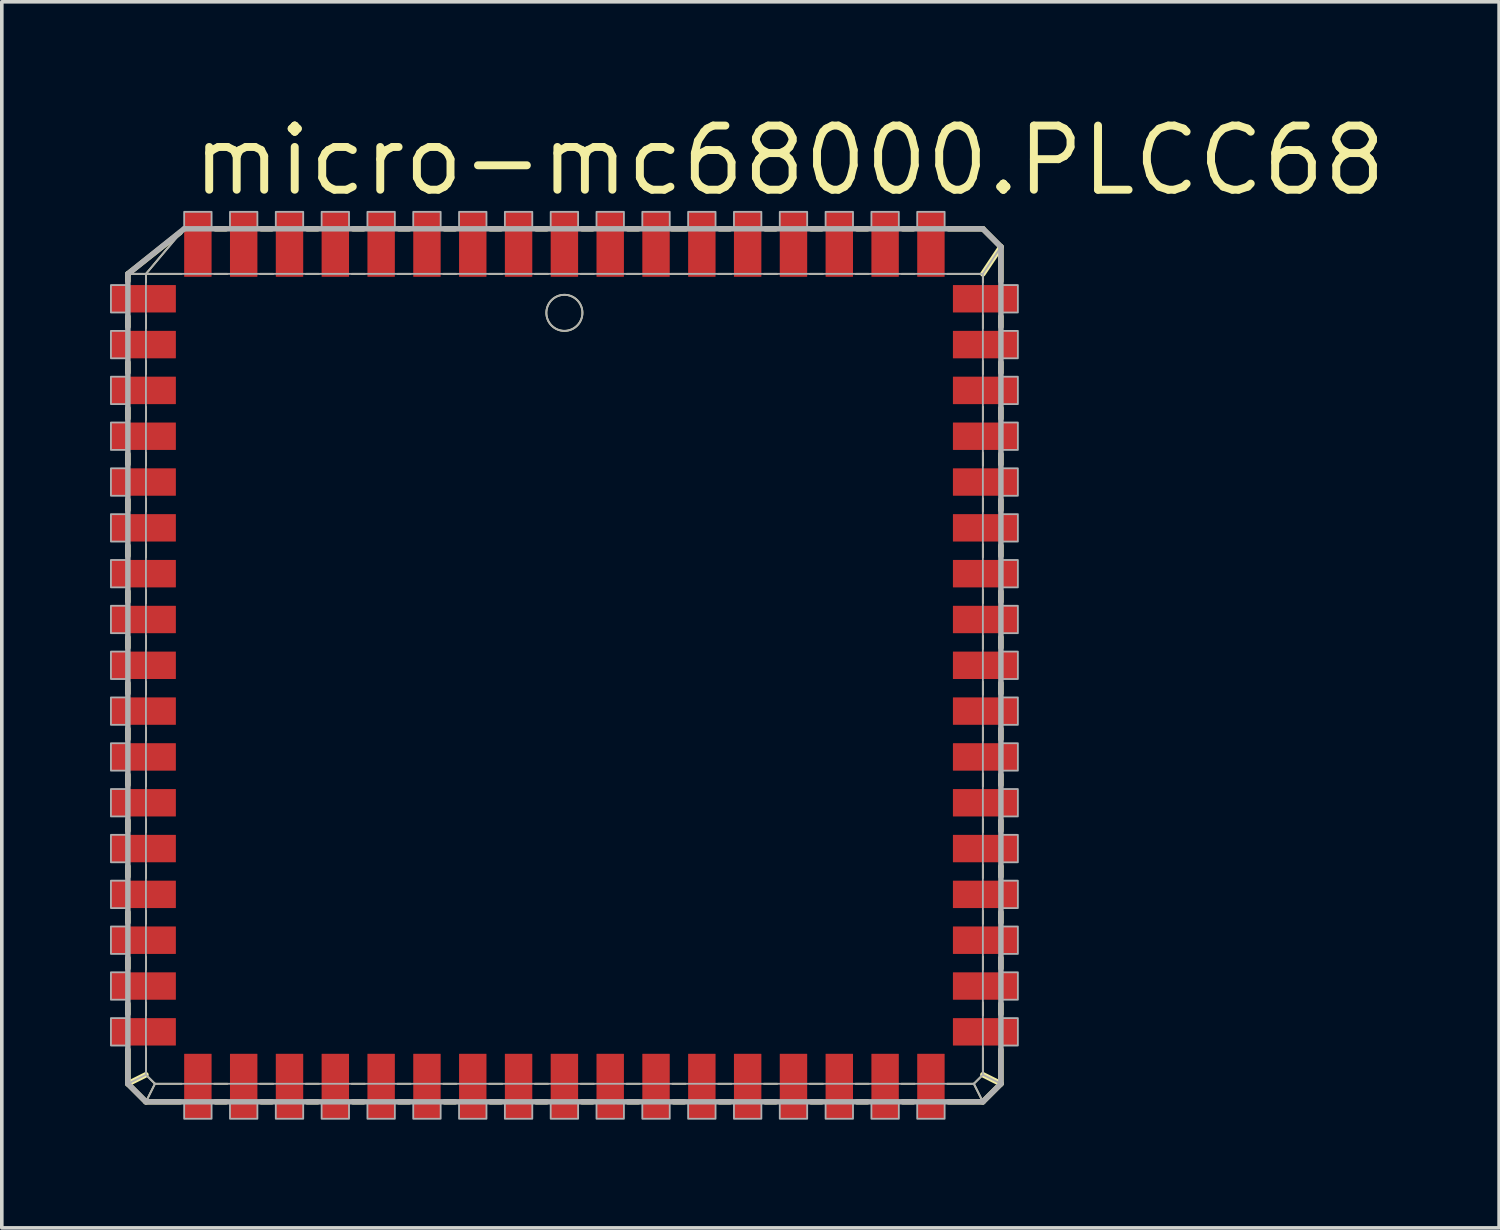
<source format=kicad_pcb>
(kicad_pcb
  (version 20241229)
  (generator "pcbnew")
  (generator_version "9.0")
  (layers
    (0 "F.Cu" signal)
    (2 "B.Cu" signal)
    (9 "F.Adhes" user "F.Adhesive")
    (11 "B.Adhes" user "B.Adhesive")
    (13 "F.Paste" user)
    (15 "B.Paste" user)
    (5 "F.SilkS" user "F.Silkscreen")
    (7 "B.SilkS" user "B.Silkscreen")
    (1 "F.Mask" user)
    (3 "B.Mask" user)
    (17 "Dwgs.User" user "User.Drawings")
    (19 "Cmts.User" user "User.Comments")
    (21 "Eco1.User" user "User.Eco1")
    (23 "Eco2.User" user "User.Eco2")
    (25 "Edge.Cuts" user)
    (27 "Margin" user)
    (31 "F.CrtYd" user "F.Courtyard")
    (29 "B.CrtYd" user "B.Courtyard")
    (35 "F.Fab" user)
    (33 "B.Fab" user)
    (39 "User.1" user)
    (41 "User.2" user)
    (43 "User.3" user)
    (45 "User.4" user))
  (footprint "micro-mc68000.PLCC68"
    (layer "F.Cu")
    (at 12.595 15.392)
    (property "Reference" "micro-mc68000.PLCC68" (at -10.414 -12.954 0) (layer "F.SilkS") (effects (font (size 1.778 1.778) (thickness 0.22)) (justify left bottom)))
    (attr smd)
    (fp_line (start -12.1 -10.85) (end -11.6 -10.85) (stroke (width 0.051) (type default)) (layer "F.SilkS"))
    (fp_line (start -12.1 -10.85) (end -10.651 -11.999) (stroke (width 0.152) (type default)) (layer "F.SilkS"))
    (fp_line (start -12.1 -10.651) (end -12.1 -10.85) (stroke (width 0.152) (type default)) (layer "F.SilkS"))
    (fp_line (start -12.1 -9.381) (end -12.1 -9.669) (stroke (width 0.152) (type default)) (layer "F.SilkS"))
    (fp_line (start -12.1 -8.111) (end -12.1 -8.399) (stroke (width 0.152) (type default)) (layer "F.SilkS"))
    (fp_line (start -12.1 -6.841) (end -12.1 -7.129) (stroke (width 0.152) (type default)) (layer "F.SilkS"))
    (fp_line (start -12.1 -5.571) (end -12.1 -5.859) (stroke (width 0.152) (type default)) (layer "F.SilkS"))
    (fp_line (start -12.1 -4.301) (end -12.1 -4.589) (stroke (width 0.152) (type default)) (layer "F.SilkS"))
    (fp_line (start -12.1 -3.031) (end -12.1 -3.319) (stroke (width 0.152) (type default)) (layer "F.SilkS"))
    (fp_line (start -12.1 -1.761) (end -12.1 -2.049) (stroke (width 0.152) (type default)) (layer "F.SilkS"))
    (fp_line (start -12.1 -0.491) (end -12.1 -0.779) (stroke (width 0.152) (type default)) (layer "F.SilkS"))
    (fp_line (start -12.1 0.779) (end -12.1 0.491) (stroke (width 0.152) (type default)) (layer "F.SilkS"))
    (fp_line (start -12.1 2.049) (end -12.1 1.761) (stroke (width 0.152) (type default)) (layer "F.SilkS"))
    (fp_line (start -12.1 3.319) (end -12.1 3.031) (stroke (width 0.152) (type default)) (layer "F.SilkS"))
    (fp_line (start -12.1 4.589) (end -12.1 4.301) (stroke (width 0.152) (type default)) (layer "F.SilkS"))
    (fp_line (start -12.1 5.859) (end -12.1 5.571) (stroke (width 0.152) (type default)) (layer "F.SilkS"))
    (fp_line (start -12.1 7.129) (end -12.1 6.841) (stroke (width 0.152) (type default)) (layer "F.SilkS"))
    (fp_line (start -12.1 8.399) (end -12.1 8.111) (stroke (width 0.152) (type default)) (layer "F.SilkS"))
    (fp_line (start -12.1 9.669) (end -12.1 9.381) (stroke (width 0.152) (type default)) (layer "F.SilkS"))
    (fp_line (start -12.1 11.6) (end -12.1 10.651) (stroke (width 0.152) (type default)) (layer "F.SilkS"))
    (fp_line (start -12.1 11.6) (end -11.6 11.35) (stroke (width 0.152) (type default)) (layer "F.SilkS"))
    (fp_line (start -11.6 -10.85) (end -10.611 -12.029) (stroke (width 0.051) (type default)) (layer "F.SilkS"))
    (fp_line (start -11.6 -10.85) (end -10.611 -10.85) (stroke (width 0.051) (type default)) (layer "F.SilkS"))
    (fp_line (start -11.6 -10.611) (end -11.6 -10.85) (stroke (width 0.051) (type default)) (layer "F.SilkS"))
    (fp_line (start -11.6 -9.341) (end -11.6 -9.709) (stroke (width 0.051) (type default)) (layer "F.SilkS"))
    (fp_line (start -11.6 -8.071) (end -11.6 -8.439) (stroke (width 0.051) (type default)) (layer "F.SilkS"))
    (fp_line (start -11.6 -6.801) (end -11.6 -7.169) (stroke (width 0.051) (type default)) (layer "F.SilkS"))
    (fp_line (start -11.6 -5.531) (end -11.6 -5.899) (stroke (width 0.051) (type default)) (layer "F.SilkS"))
    (fp_line (start -11.6 -4.261) (end -11.6 -4.629) (stroke (width 0.051) (type default)) (layer "F.SilkS"))
    (fp_line (start -11.6 -2.991) (end -11.6 -3.359) (stroke (width 0.051) (type default)) (layer "F.SilkS"))
    (fp_line (start -11.6 -1.721) (end -11.6 -2.089) (stroke (width 0.051) (type default)) (layer "F.SilkS"))
    (fp_line (start -11.6 -0.451) (end -11.6 -0.819) (stroke (width 0.051) (type default)) (layer "F.SilkS"))
    (fp_line (start -11.6 0.819) (end -11.6 0.451) (stroke (width 0.051) (type default)) (layer "F.SilkS"))
    (fp_line (start -11.6 2.089) (end -11.6 1.721) (stroke (width 0.051) (type default)) (layer "F.SilkS"))
    (fp_line (start -11.6 3.359) (end -11.6 2.991) (stroke (width 0.051) (type default)) (layer "F.SilkS"))
    (fp_line (start -11.6 4.629) (end -11.6 4.261) (stroke (width 0.051) (type default)) (layer "F.SilkS"))
    (fp_line (start -11.6 5.899) (end -11.6 5.531) (stroke (width 0.051) (type default)) (layer "F.SilkS"))
    (fp_line (start -11.6 7.169) (end -11.6 6.801) (stroke (width 0.051) (type default)) (layer "F.SilkS"))
    (fp_line (start -11.6 8.439) (end -11.6 8.071) (stroke (width 0.051) (type default)) (layer "F.SilkS"))
    (fp_line (start -11.6 9.709) (end -11.6 9.341) (stroke (width 0.051) (type default)) (layer "F.SilkS"))
    (fp_line (start -11.6 11.35) (end -11.6 10.611) (stroke (width 0.051) (type default)) (layer "F.SilkS"))
    (fp_line (start -11.6 12.1) (end -12.1 11.6) (stroke (width 0.152) (type default)) (layer "F.SilkS"))
    (fp_line (start -11.6 12.1) (end -11.35 11.6) (stroke (width 0.051) (type default)) (layer "F.SilkS"))
    (fp_line (start -11.35 11.6) (end -11.6 11.35) (stroke (width 0.051) (type default)) (layer "F.SilkS"))
    (fp_line (start -10.651 12.1) (end -11.6 12.1) (stroke (width 0.152) (type default)) (layer "F.SilkS"))
    (fp_line (start -10.611 11.6) (end -11.35 11.6) (stroke (width 0.051) (type default)) (layer "F.SilkS"))
    (fp_line (start -9.709 -10.85) (end -9.341 -10.85) (stroke (width 0.051) (type default)) (layer "F.SilkS"))
    (fp_line (start -9.669 -12.1) (end -9.381 -12.1) (stroke (width 0.152) (type default)) (layer "F.SilkS"))
    (fp_line (start -9.381 12.1) (end -9.669 12.1) (stroke (width 0.152) (type default)) (layer "F.SilkS"))
    (fp_line (start -9.341 11.6) (end -9.709 11.6) (stroke (width 0.051) (type default)) (layer "F.SilkS"))
    (fp_line (start -8.439 -10.85) (end -8.071 -10.85) (stroke (width 0.051) (type default)) (layer "F.SilkS"))
    (fp_line (start -8.399 -12.1) (end -8.111 -12.1) (stroke (width 0.152) (type default)) (layer "F.SilkS"))
    (fp_line (start -8.111 12.1) (end -8.399 12.1) (stroke (width 0.152) (type default)) (layer "F.SilkS"))
    (fp_line (start -8.071 11.6) (end -8.439 11.6) (stroke (width 0.051) (type default)) (layer "F.SilkS"))
    (fp_line (start -7.169 -10.85) (end -6.801 -10.85) (stroke (width 0.051) (type default)) (layer "F.SilkS"))
    (fp_line (start -7.129 -12.1) (end -6.841 -12.1) (stroke (width 0.152) (type default)) (layer "F.SilkS"))
    (fp_line (start -6.841 12.1) (end -7.129 12.1) (stroke (width 0.152) (type default)) (layer "F.SilkS"))
    (fp_line (start -6.801 11.6) (end -7.169 11.6) (stroke (width 0.051) (type default)) (layer "F.SilkS"))
    (fp_line (start -5.899 -10.85) (end -5.531 -10.85) (stroke (width 0.051) (type default)) (layer "F.SilkS"))
    (fp_line (start -5.859 -12.1) (end -5.571 -12.1) (stroke (width 0.152) (type default)) (layer "F.SilkS"))
    (fp_line (start -5.571 12.1) (end -5.859 12.1) (stroke (width 0.152) (type default)) (layer "F.SilkS"))
    (fp_line (start -5.531 11.6) (end -5.899 11.6) (stroke (width 0.051) (type default)) (layer "F.SilkS"))
    (fp_line (start -4.629 -10.85) (end -4.261 -10.85) (stroke (width 0.051) (type default)) (layer "F.SilkS"))
    (fp_line (start -4.589 -12.1) (end -4.301 -12.1) (stroke (width 0.152) (type default)) (layer "F.SilkS"))
    (fp_line (start -4.301 12.1) (end -4.589 12.1) (stroke (width 0.152) (type default)) (layer "F.SilkS"))
    (fp_line (start -4.261 11.6) (end -4.629 11.6) (stroke (width 0.051) (type default)) (layer "F.SilkS"))
    (fp_line (start -3.359 -10.85) (end -2.991 -10.85) (stroke (width 0.051) (type default)) (layer "F.SilkS"))
    (fp_line (start -3.319 -12.1) (end -3.031 -12.1) (stroke (width 0.152) (type default)) (layer "F.SilkS"))
    (fp_line (start -3.031 12.1) (end -3.319 12.1) (stroke (width 0.152) (type default)) (layer "F.SilkS"))
    (fp_line (start -2.991 11.6) (end -3.359 11.6) (stroke (width 0.051) (type default)) (layer "F.SilkS"))
    (fp_line (start -2.089 -10.85) (end -1.721 -10.85) (stroke (width 0.051) (type default)) (layer "F.SilkS"))
    (fp_line (start -2.049 -12.1) (end -1.761 -12.1) (stroke (width 0.152) (type default)) (layer "F.SilkS"))
    (fp_line (start -1.761 12.1) (end -2.049 12.1) (stroke (width 0.152) (type default)) (layer "F.SilkS"))
    (fp_line (start -1.721 11.6) (end -2.089 11.6) (stroke (width 0.051) (type default)) (layer "F.SilkS"))
    (fp_line (start -0.819 -10.85) (end -0.451 -10.85) (stroke (width 0.051) (type default)) (layer "F.SilkS"))
    (fp_line (start -0.779 -12.1) (end -0.491 -12.1) (stroke (width 0.152) (type default)) (layer "F.SilkS"))
    (fp_line (start -0.491 12.1) (end -0.779 12.1) (stroke (width 0.152) (type default)) (layer "F.SilkS"))
    (fp_line (start -0.451 11.6) (end -0.819 11.6) (stroke (width 0.051) (type default)) (layer "F.SilkS"))
    (fp_line (start 0.451 -10.85) (end 0.819 -10.85) (stroke (width 0.051) (type default)) (layer "F.SilkS"))
    (fp_line (start 0.491 -12.1) (end 0.779 -12.1) (stroke (width 0.152) (type default)) (layer "F.SilkS"))
    (fp_line (start 0.779 12.1) (end 0.491 12.1) (stroke (width 0.152) (type default)) (layer "F.SilkS"))
    (fp_line (start 0.819 11.6) (end 0.451 11.6) (stroke (width 0.051) (type default)) (layer "F.SilkS"))
    (fp_line (start 1.721 -10.85) (end 2.089 -10.85) (stroke (width 0.051) (type default)) (layer "F.SilkS"))
    (fp_line (start 1.761 -12.1) (end 2.049 -12.1) (stroke (width 0.152) (type default)) (layer "F.SilkS"))
    (fp_line (start 2.049 12.1) (end 1.761 12.1) (stroke (width 0.152) (type default)) (layer "F.SilkS"))
    (fp_line (start 2.089 11.6) (end 1.721 11.6) (stroke (width 0.051) (type default)) (layer "F.SilkS"))
    (fp_line (start 2.94 -10.85) (end 3.41 -10.85) (stroke (width 0.051) (type default)) (layer "F.SilkS"))
    (fp_line (start 2.98 -12.1) (end 3.37 -12.1) (stroke (width 0.152) (type default)) (layer "F.SilkS"))
    (fp_line (start 3.319 12.1) (end 3.031 12.1) (stroke (width 0.152) (type default)) (layer "F.SilkS"))
    (fp_line (start 3.359 11.6) (end 2.991 11.6) (stroke (width 0.051) (type default)) (layer "F.SilkS"))
    (fp_line (start 4.261 -10.85) (end 4.629 -10.85) (stroke (width 0.051) (type default)) (layer "F.SilkS"))
    (fp_line (start 4.301 -12.1) (end 4.589 -12.1) (stroke (width 0.152) (type default)) (layer "F.SilkS"))
    (fp_line (start 4.589 12.1) (end 4.301 12.1) (stroke (width 0.152) (type default)) (layer "F.SilkS"))
    (fp_line (start 4.629 11.6) (end 4.261 11.6) (stroke (width 0.051) (type default)) (layer "F.SilkS"))
    (fp_line (start 5.531 -10.85) (end 5.899 -10.85) (stroke (width 0.051) (type default)) (layer "F.SilkS"))
    (fp_line (start 5.571 -12.1) (end 5.859 -12.1) (stroke (width 0.152) (type default)) (layer "F.SilkS"))
    (fp_line (start 5.859 12.1) (end 5.571 12.1) (stroke (width 0.152) (type default)) (layer "F.SilkS"))
    (fp_line (start 5.899 11.6) (end 5.531 11.6) (stroke (width 0.051) (type default)) (layer "F.SilkS"))
    (fp_line (start 6.801 -10.85) (end 7.169 -10.85) (stroke (width 0.051) (type default)) (layer "F.SilkS"))
    (fp_line (start 6.841 -12.1) (end 7.129 -12.1) (stroke (width 0.152) (type default)) (layer "F.SilkS"))
    (fp_line (start 7.129 12.1) (end 6.841 12.1) (stroke (width 0.152) (type default)) (layer "F.SilkS"))
    (fp_line (start 7.169 11.6) (end 6.801 11.6) (stroke (width 0.051) (type default)) (layer "F.SilkS"))
    (fp_line (start 8.071 -10.85) (end 8.439 -10.85) (stroke (width 0.051) (type default)) (layer "F.SilkS"))
    (fp_line (start 8.111 -12.1) (end 8.399 -12.1) (stroke (width 0.152) (type default)) (layer "F.SilkS"))
    (fp_line (start 8.399 12.1) (end 8.111 12.1) (stroke (width 0.152) (type default)) (layer "F.SilkS"))
    (fp_line (start 8.439 11.6) (end 8.071 11.6) (stroke (width 0.051) (type default)) (layer "F.SilkS"))
    (fp_line (start 9.341 -10.85) (end 9.709 -10.85) (stroke (width 0.051) (type default)) (layer "F.SilkS"))
    (fp_line (start 9.381 -12.1) (end 9.669 -12.1) (stroke (width 0.152) (type default)) (layer "F.SilkS"))
    (fp_line (start 9.669 12.1) (end 9.381 12.1) (stroke (width 0.152) (type default)) (layer "F.SilkS"))
    (fp_line (start 9.709 11.6) (end 9.341 11.6) (stroke (width 0.051) (type default)) (layer "F.SilkS"))
    (fp_line (start 10.611 -10.85) (end 11.6 -10.85) (stroke (width 0.051) (type default)) (layer "F.SilkS"))
    (fp_line (start 10.651 -12.1) (end 11.6 -12.1) (stroke (width 0.152) (type default)) (layer "F.SilkS"))
    (fp_line (start 11.35 11.6) (end 10.611 11.6) (stroke (width 0.051) (type default)) (layer "F.SilkS"))
    (fp_line (start 11.35 11.6) (end 11.6 12.1) (stroke (width 0.051) (type default)) (layer "F.SilkS"))
    (fp_line (start 11.6 -12.1) (end 12.1 -11.6) (stroke (width 0.152) (type default)) (layer "F.SilkS"))
    (fp_line (start 11.6 -10.85) (end 11.6 -10.611) (stroke (width 0.051) (type default)) (layer "F.SilkS"))
    (fp_line (start 11.6 -9.709) (end 11.6 -9.341) (stroke (width 0.051) (type default)) (layer "F.SilkS"))
    (fp_line (start 11.6 -8.439) (end 11.6 -8.071) (stroke (width 0.051) (type default)) (layer "F.SilkS"))
    (fp_line (start 11.6 -7.169) (end 11.6 -6.801) (stroke (width 0.051) (type default)) (layer "F.SilkS"))
    (fp_line (start 11.6 -5.899) (end 11.6 -5.531) (stroke (width 0.051) (type default)) (layer "F.SilkS"))
    (fp_line (start 11.6 -4.629) (end 11.6 -4.261) (stroke (width 0.051) (type default)) (layer "F.SilkS"))
    (fp_line (start 11.6 -3.359) (end 11.6 -2.991) (stroke (width 0.051) (type default)) (layer "F.SilkS"))
    (fp_line (start 11.6 -2.089) (end 11.6 -1.721) (stroke (width 0.051) (type default)) (layer "F.SilkS"))
    (fp_line (start 11.6 -0.819) (end 11.6 -0.451) (stroke (width 0.051) (type default)) (layer "F.SilkS"))
    (fp_line (start 11.6 0.451) (end 11.6 0.819) (stroke (width 0.051) (type default)) (layer "F.SilkS"))
    (fp_line (start 11.6 1.721) (end 11.6 2.089) (stroke (width 0.051) (type default)) (layer "F.SilkS"))
    (fp_line (start 11.6 2.991) (end 11.6 3.359) (stroke (width 0.051) (type default)) (layer "F.SilkS"))
    (fp_line (start 11.6 4.261) (end 11.6 4.629) (stroke (width 0.051) (type default)) (layer "F.SilkS"))
    (fp_line (start 11.6 5.531) (end 11.6 5.899) (stroke (width 0.051) (type default)) (layer "F.SilkS"))
    (fp_line (start 11.6 6.801) (end 11.6 7.169) (stroke (width 0.051) (type default)) (layer "F.SilkS"))
    (fp_line (start 11.6 8.071) (end 11.6 8.439) (stroke (width 0.051) (type default)) (layer "F.SilkS"))
    (fp_line (start 11.6 9.341) (end 11.6 9.709) (stroke (width 0.051) (type default)) (layer "F.SilkS"))
    (fp_line (start 11.6 10.611) (end 11.6 11.35) (stroke (width 0.051) (type default)) (layer "F.SilkS"))
    (fp_line (start 11.6 11.35) (end 11.35 11.6) (stroke (width 0.051) (type default)) (layer "F.SilkS"))
    (fp_line (start 11.6 11.35) (end 12.1 11.6) (stroke (width 0.152) (type default)) (layer "F.SilkS"))
    (fp_line (start 11.6 12.1) (end 10.651 12.1) (stroke (width 0.152) (type default)) (layer "F.SilkS"))
    (fp_line (start 12.1 -11.6) (end 11.6 -10.85) (stroke (width 0.152) (type default)) (layer "F.SilkS"))
    (fp_line (start 12.1 -11.6) (end 12.1 -10.651) (stroke (width 0.152) (type default)) (layer "F.SilkS"))
    (fp_line (start 12.1 -9.669) (end 12.1 -9.381) (stroke (width 0.152) (type default)) (layer "F.SilkS"))
    (fp_line (start 12.1 -8.399) (end 12.1 -8.111) (stroke (width 0.152) (type default)) (layer "F.SilkS"))
    (fp_line (start 12.1 -7.129) (end 12.1 -6.841) (stroke (width 0.152) (type default)) (layer "F.SilkS"))
    (fp_line (start 12.1 -5.859) (end 12.1 -5.571) (stroke (width 0.152) (type default)) (layer "F.SilkS"))
    (fp_line (start 12.1 -4.589) (end 12.1 -4.301) (stroke (width 0.152) (type default)) (layer "F.SilkS"))
    (fp_line (start 12.1 -3.319) (end 12.1 -3.031) (stroke (width 0.152) (type default)) (layer "F.SilkS"))
    (fp_line (start 12.1 -2.049) (end 12.1 -1.761) (stroke (width 0.152) (type default)) (layer "F.SilkS"))
    (fp_line (start 12.1 -0.779) (end 12.1 -0.491) (stroke (width 0.152) (type default)) (layer "F.SilkS"))
    (fp_line (start 12.1 0.491) (end 12.1 0.779) (stroke (width 0.152) (type default)) (layer "F.SilkS"))
    (fp_line (start 12.1 1.761) (end 12.1 2.049) (stroke (width 0.152) (type default)) (layer "F.SilkS"))
    (fp_line (start 12.1 3.031) (end 12.1 3.319) (stroke (width 0.152) (type default)) (layer "F.SilkS"))
    (fp_line (start 12.1 4.301) (end 12.1 4.589) (stroke (width 0.152) (type default)) (layer "F.SilkS"))
    (fp_line (start 12.1 5.571) (end 12.1 5.859) (stroke (width 0.152) (type default)) (layer "F.SilkS"))
    (fp_line (start 12.1 6.841) (end 12.1 7.129) (stroke (width 0.152) (type default)) (layer "F.SilkS"))
    (fp_line (start 12.1 8.111) (end 12.1 8.399) (stroke (width 0.152) (type default)) (layer "F.SilkS"))
    (fp_line (start 12.1 9.381) (end 12.1 9.669) (stroke (width 0.152) (type default)) (layer "F.SilkS"))
    (fp_line (start 12.1 10.651) (end 12.1 11.6) (stroke (width 0.152) (type default)) (layer "F.SilkS"))
    (fp_line (start 12.1 11.6) (end 11.6 12.1) (stroke (width 0.152) (type default)) (layer "F.SilkS"))
    (fp_circle (center 0 -9.77) (end 0.5 -9.77) (stroke (width 0.051) (type default)) (fill no) (layer "F.SilkS"))
    (fp_line (start -12.1 -10.85) (end -11.6 -10.85) (stroke (width 0.051) (type default)) (layer "F.Fab"))
    (fp_line (start -12.1 -10.85) (end -10.54 -12.1) (stroke (width 0.152) (type default)) (layer "F.Fab"))
    (fp_line (start -12.1 11.6) (end -12.1 -10.85) (stroke (width 0.152) (type default)) (layer "F.Fab"))
    (fp_line (start -12.1 11.6) (end -11.6 11.35) (stroke (width 0.051) (type default)) (layer "F.Fab"))
    (fp_line (start -11.6 -10.85) (end -10.54 -12.1) (stroke (width 0.051) (type default)) (layer "F.Fab"))
    (fp_line (start -11.6 -10.85) (end 11.6 -10.85) (stroke (width 0.051) (type default)) (layer "F.Fab"))
    (fp_line (start -11.6 11.35) (end -11.6 -10.85) (stroke (width 0.051) (type default)) (layer "F.Fab"))
    (fp_line (start -11.6 12.1) (end -12.1 11.6) (stroke (width 0.152) (type default)) (layer "F.Fab"))
    (fp_line (start -11.6 12.1) (end -11.35 11.6) (stroke (width 0.051) (type default)) (layer "F.Fab"))
    (fp_line (start -11.35 11.6) (end -11.6 11.35) (stroke (width 0.051) (type default)) (layer "F.Fab"))
    (fp_line (start -10.54 -12.1) (end 11.6 -12.1) (stroke (width 0.152) (type default)) (layer "F.Fab"))
    (fp_line (start 11.35 11.6) (end -11.35 11.6) (stroke (width 0.051) (type default)) (layer "F.Fab"))
    (fp_line (start 11.35 11.6) (end 11.6 12.1) (stroke (width 0.051) (type default)) (layer "F.Fab"))
    (fp_line (start 11.6 -12.1) (end 12.1 -11.6) (stroke (width 0.152) (type default)) (layer "F.Fab"))
    (fp_line (start 11.6 -10.85) (end 11.6 11.35) (stroke (width 0.051) (type default)) (layer "F.Fab"))
    (fp_line (start 11.6 11.35) (end 11.35 11.6) (stroke (width 0.051) (type default)) (layer "F.Fab"))
    (fp_line (start 11.6 11.35) (end 12.1 11.6) (stroke (width 0.051) (type default)) (layer "F.Fab"))
    (fp_line (start 11.6 12.1) (end -11.6 12.1) (stroke (width 0.152) (type default)) (layer "F.Fab"))
    (fp_line (start 12.1 -11.6) (end 11.6 -10.85) (stroke (width 0.051) (type default)) (layer "F.Fab"))
    (fp_line (start 12.1 -11.6) (end 12.1 11.6) (stroke (width 0.152) (type default)) (layer "F.Fab"))
    (fp_line (start 12.1 11.6) (end 11.6 12.1) (stroke (width 0.152) (type default)) (layer "F.Fab"))
    (fp_rect (start -12.57 -9.78) (end -12.1 -10.54) (stroke (width 0.05) (type default)) (fill no) (layer "F.Fab"))
    (fp_rect (start -12.57 -8.51) (end -12.1 -9.27) (stroke (width 0.05) (type default)) (fill no) (layer "F.Fab"))
    (fp_rect (start -12.57 -7.24) (end -12.1 -8) (stroke (width 0.05) (type default)) (fill no) (layer "F.Fab"))
    (fp_rect (start -12.57 -5.97) (end -12.1 -6.73) (stroke (width 0.05) (type default)) (fill no) (layer "F.Fab"))
    (fp_rect (start -12.57 -4.7) (end -12.1 -5.46) (stroke (width 0.05) (type default)) (fill no) (layer "F.Fab"))
    (fp_rect (start -12.57 -3.43) (end -12.1 -4.19) (stroke (width 0.05) (type default)) (fill no) (layer "F.Fab"))
    (fp_rect (start -12.57 -2.16) (end -12.1 -2.92) (stroke (width 0.05) (type default)) (fill no) (layer "F.Fab"))
    (fp_rect (start -12.57 -0.89) (end -12.1 -1.65) (stroke (width 0.05) (type default)) (fill no) (layer "F.Fab"))
    (fp_rect (start -12.57 0.38) (end -12.1 -0.38) (stroke (width 0.05) (type default)) (fill no) (layer "F.Fab"))
    (fp_rect (start -12.57 1.65) (end -12.1 0.89) (stroke (width 0.05) (type default)) (fill no) (layer "F.Fab"))
    (fp_rect (start -12.57 2.92) (end -12.1 2.16) (stroke (width 0.05) (type default)) (fill no) (layer "F.Fab"))
    (fp_rect (start -12.57 4.19) (end -12.1 3.43) (stroke (width 0.05) (type default)) (fill no) (layer "F.Fab"))
    (fp_rect (start -12.57 5.46) (end -12.1 4.7) (stroke (width 0.05) (type default)) (fill no) (layer "F.Fab"))
    (fp_rect (start -12.57 6.73) (end -12.1 5.97) (stroke (width 0.05) (type default)) (fill no) (layer "F.Fab"))
    (fp_rect (start -12.57 8) (end -12.1 7.24) (stroke (width 0.05) (type default)) (fill no) (layer "F.Fab"))
    (fp_rect (start -12.57 9.27) (end -12.1 8.51) (stroke (width 0.05) (type default)) (fill no) (layer "F.Fab"))
    (fp_rect (start -12.57 10.54) (end -12.1 9.78) (stroke (width 0.05) (type default)) (fill no) (layer "F.Fab"))
    (fp_rect (start -10.54 -12.1) (end -9.78 -12.57) (stroke (width 0.05) (type default)) (fill no) (layer "F.Fab"))
    (fp_rect (start -10.54 12.57) (end -9.78 12.1) (stroke (width 0.05) (type default)) (fill no) (layer "F.Fab"))
    (fp_rect (start -9.27 -12.1) (end -8.51 -12.57) (stroke (width 0.05) (type default)) (fill no) (layer "F.Fab"))
    (fp_rect (start -9.27 12.57) (end -8.51 12.1) (stroke (width 0.05) (type default)) (fill no) (layer "F.Fab"))
    (fp_rect (start -8 -12.1) (end -7.24 -12.57) (stroke (width 0.05) (type default)) (fill no) (layer "F.Fab"))
    (fp_rect (start -8 12.57) (end -7.24 12.1) (stroke (width 0.05) (type default)) (fill no) (layer "F.Fab"))
    (fp_rect (start -6.73 -12.1) (end -5.97 -12.57) (stroke (width 0.05) (type default)) (fill no) (layer "F.Fab"))
    (fp_rect (start -6.73 12.57) (end -5.97 12.1) (stroke (width 0.05) (type default)) (fill no) (layer "F.Fab"))
    (fp_rect (start -5.46 -12.1) (end -4.7 -12.57) (stroke (width 0.05) (type default)) (fill no) (layer "F.Fab"))
    (fp_rect (start -5.46 12.57) (end -4.7 12.1) (stroke (width 0.05) (type default)) (fill no) (layer "F.Fab"))
    (fp_rect (start -4.19 -12.1) (end -3.43 -12.57) (stroke (width 0.05) (type default)) (fill no) (layer "F.Fab"))
    (fp_rect (start -4.19 12.57) (end -3.43 12.1) (stroke (width 0.05) (type default)) (fill no) (layer "F.Fab"))
    (fp_rect (start -2.92 -12.1) (end -2.16 -12.57) (stroke (width 0.05) (type default)) (fill no) (layer "F.Fab"))
    (fp_rect (start -2.92 12.57) (end -2.16 12.1) (stroke (width 0.05) (type default)) (fill no) (layer "F.Fab"))
    (fp_rect (start -1.65 -12.1) (end -0.89 -12.57) (stroke (width 0.05) (type default)) (fill no) (layer "F.Fab"))
    (fp_rect (start -1.65 12.57) (end -0.89 12.1) (stroke (width 0.05) (type default)) (fill no) (layer "F.Fab"))
    (fp_rect (start -0.38 -12.1) (end 0.38 -12.57) (stroke (width 0.05) (type default)) (fill no) (layer "F.Fab"))
    (fp_rect (start -0.38 12.57) (end 0.38 12.1) (stroke (width 0.05) (type default)) (fill no) (layer "F.Fab"))
    (fp_rect (start 0.89 -12.1) (end 1.65 -12.57) (stroke (width 0.05) (type default)) (fill no) (layer "F.Fab"))
    (fp_rect (start 0.89 12.57) (end 1.65 12.1) (stroke (width 0.05) (type default)) (fill no) (layer "F.Fab"))
    (fp_rect (start 2.16 -12.1) (end 2.92 -12.57) (stroke (width 0.05) (type default)) (fill no) (layer "F.Fab"))
    (fp_rect (start 2.16 12.57) (end 2.92 12.1) (stroke (width 0.05) (type default)) (fill no) (layer "F.Fab"))
    (fp_rect (start 3.43 -12.1) (end 4.19 -12.57) (stroke (width 0.05) (type default)) (fill no) (layer "F.Fab"))
    (fp_rect (start 3.43 12.57) (end 4.19 12.1) (stroke (width 0.05) (type default)) (fill no) (layer "F.Fab"))
    (fp_rect (start 4.7 -12.1) (end 5.46 -12.57) (stroke (width 0.05) (type default)) (fill no) (layer "F.Fab"))
    (fp_rect (start 4.7 12.57) (end 5.46 12.1) (stroke (width 0.05) (type default)) (fill no) (layer "F.Fab"))
    (fp_rect (start 5.97 -12.1) (end 6.73 -12.57) (stroke (width 0.05) (type default)) (fill no) (layer "F.Fab"))
    (fp_rect (start 5.97 12.57) (end 6.73 12.1) (stroke (width 0.05) (type default)) (fill no) (layer "F.Fab"))
    (fp_rect (start 7.24 -12.1) (end 8 -12.57) (stroke (width 0.05) (type default)) (fill no) (layer "F.Fab"))
    (fp_rect (start 7.24 12.57) (end 8 12.1) (stroke (width 0.05) (type default)) (fill no) (layer "F.Fab"))
    (fp_rect (start 8.51 -12.1) (end 9.27 -12.57) (stroke (width 0.05) (type default)) (fill no) (layer "F.Fab"))
    (fp_rect (start 8.51 12.57) (end 9.27 12.1) (stroke (width 0.05) (type default)) (fill no) (layer "F.Fab"))
    (fp_rect (start 9.78 -12.1) (end 10.54 -12.57) (stroke (width 0.05) (type default)) (fill no) (layer "F.Fab"))
    (fp_rect (start 9.78 12.57) (end 10.54 12.1) (stroke (width 0.05) (type default)) (fill no) (layer "F.Fab"))
    (fp_rect (start 12.1 -9.78) (end 12.57 -10.54) (stroke (width 0.05) (type default)) (fill no) (layer "F.Fab"))
    (fp_rect (start 12.1 -8.51) (end 12.57 -9.27) (stroke (width 0.05) (type default)) (fill no) (layer "F.Fab"))
    (fp_rect (start 12.1 -7.24) (end 12.57 -8) (stroke (width 0.05) (type default)) (fill no) (layer "F.Fab"))
    (fp_rect (start 12.1 -5.97) (end 12.57 -6.73) (stroke (width 0.05) (type default)) (fill no) (layer "F.Fab"))
    (fp_rect (start 12.1 -4.7) (end 12.57 -5.46) (stroke (width 0.05) (type default)) (fill no) (layer "F.Fab"))
    (fp_rect (start 12.1 -3.43) (end 12.57 -4.19) (stroke (width 0.05) (type default)) (fill no) (layer "F.Fab"))
    (fp_rect (start 12.1 -2.16) (end 12.57 -2.92) (stroke (width 0.05) (type default)) (fill no) (layer "F.Fab"))
    (fp_rect (start 12.1 -0.89) (end 12.57 -1.65) (stroke (width 0.05) (type default)) (fill no) (layer "F.Fab"))
    (fp_rect (start 12.1 0.38) (end 12.57 -0.38) (stroke (width 0.05) (type default)) (fill no) (layer "F.Fab"))
    (fp_rect (start 12.1 1.65) (end 12.57 0.89) (stroke (width 0.05) (type default)) (fill no) (layer "F.Fab"))
    (fp_rect (start 12.1 2.92) (end 12.57 2.16) (stroke (width 0.05) (type default)) (fill no) (layer "F.Fab"))
    (fp_rect (start 12.1 4.19) (end 12.57 3.43) (stroke (width 0.05) (type default)) (fill no) (layer "F.Fab"))
    (fp_rect (start 12.1 5.46) (end 12.57 4.7) (stroke (width 0.05) (type default)) (fill no) (layer "F.Fab"))
    (fp_rect (start 12.1 6.73) (end 12.57 5.97) (stroke (width 0.05) (type default)) (fill no) (layer "F.Fab"))
    (fp_rect (start 12.1 8) (end 12.57 7.24) (stroke (width 0.05) (type default)) (fill no) (layer "F.Fab"))
    (fp_rect (start 12.1 9.27) (end 12.57 8.51) (stroke (width 0.05) (type default)) (fill no) (layer "F.Fab"))
    (fp_rect (start 12.1 10.54) (end 12.57 9.78) (stroke (width 0.05) (type default)) (fill no) (layer "F.Fab"))
    (fp_circle (center 0 -9.77) (end 0.5 -9.77) (stroke (width 0.051) (type default)) (fill no) (layer "F.Fab"))
    (pad "1" smd roundrect (at 0 -11.67) (size 0.76 1.8) (layers "F.Cu" "F.Mask" "F.Paste") (roundrect_rratio 0.01))
    (pad "2" smd roundrect (at -1.27 -11.67) (size 0.76 1.8) (layers "F.Cu" "F.Mask" "F.Paste") (roundrect_rratio 0.01))
    (pad "3" smd roundrect (at -2.54 -11.67) (size 0.76 1.8) (layers "F.Cu" "F.Mask" "F.Paste") (roundrect_rratio 0.01))
    (pad "4" smd roundrect (at -3.81 -11.67) (size 0.76 1.8) (layers "F.Cu" "F.Mask" "F.Paste") (roundrect_rratio 0.01))
    (pad "5" smd roundrect (at -5.08 -11.67) (size 0.76 1.8) (layers "F.Cu" "F.Mask" "F.Paste") (roundrect_rratio 0.01))
    (pad "6" smd roundrect (at -6.35 -11.67) (size 0.76 1.8) (layers "F.Cu" "F.Mask" "F.Paste") (roundrect_rratio 0.01))
    (pad "7" smd roundrect (at -7.62 -11.67) (size 0.76 1.8) (layers "F.Cu" "F.Mask" "F.Paste") (roundrect_rratio 0.01))
    (pad "8" smd roundrect (at -8.89 -11.67) (size 0.76 1.8) (layers "F.Cu" "F.Mask" "F.Paste") (roundrect_rratio 0.01))
    (pad "9" smd roundrect (at -10.16 -11.67) (size 0.76 1.8) (layers "F.Cu" "F.Mask" "F.Paste") (roundrect_rratio 0.01))
    (pad "10" smd roundrect (at -11.67 -10.16) (size 1.8 0.76) (layers "F.Cu" "F.Mask" "F.Paste") (roundrect_rratio 0.01))
    (pad "11" smd roundrect (at -11.67 -8.89) (size 1.8 0.76) (layers "F.Cu" "F.Mask" "F.Paste") (roundrect_rratio 0.01))
    (pad "12" smd roundrect (at -11.67 -7.62) (size 1.8 0.76) (layers "F.Cu" "F.Mask" "F.Paste") (roundrect_rratio 0.01))
    (pad "13" smd roundrect (at -11.67 -6.35) (size 1.8 0.76) (layers "F.Cu" "F.Mask" "F.Paste") (roundrect_rratio 0.01))
    (pad "14" smd roundrect (at -11.67 -5.08) (size 1.8 0.76) (layers "F.Cu" "F.Mask" "F.Paste") (roundrect_rratio 0.01))
    (pad "15" smd roundrect (at -11.67 -3.81) (size 1.8 0.76) (layers "F.Cu" "F.Mask" "F.Paste") (roundrect_rratio 0.01))
    (pad "16" smd roundrect (at -11.67 -2.54) (size 1.8 0.76) (layers "F.Cu" "F.Mask" "F.Paste") (roundrect_rratio 0.01))
    (pad "17" smd roundrect (at -11.67 -1.27) (size 1.8 0.76) (layers "F.Cu" "F.Mask" "F.Paste") (roundrect_rratio 0.01))
    (pad "18" smd roundrect (at -11.67 0) (size 1.8 0.76) (layers "F.Cu" "F.Mask" "F.Paste") (roundrect_rratio 0.01))
    (pad "19" smd roundrect (at -11.67 1.27) (size 1.8 0.76) (layers "F.Cu" "F.Mask" "F.Paste") (roundrect_rratio 0.01))
    (pad "20" smd roundrect (at -11.67 2.54) (size 1.8 0.76) (layers "F.Cu" "F.Mask" "F.Paste") (roundrect_rratio 0.01))
    (pad "21" smd roundrect (at -11.67 3.81) (size 1.8 0.76) (layers "F.Cu" "F.Mask" "F.Paste") (roundrect_rratio 0.01))
    (pad "22" smd roundrect (at -11.67 5.08) (size 1.8 0.76) (layers "F.Cu" "F.Mask" "F.Paste") (roundrect_rratio 0.01))
    (pad "23" smd roundrect (at -11.67 6.35) (size 1.8 0.76) (layers "F.Cu" "F.Mask" "F.Paste") (roundrect_rratio 0.01))
    (pad "24" smd roundrect (at -11.67 7.62) (size 1.8 0.76) (layers "F.Cu" "F.Mask" "F.Paste") (roundrect_rratio 0.01))
    (pad "25" smd roundrect (at -11.67 8.89) (size 1.8 0.76) (layers "F.Cu" "F.Mask" "F.Paste") (roundrect_rratio 0.01))
    (pad "26" smd roundrect (at -11.67 10.16) (size 1.8 0.76) (layers "F.Cu" "F.Mask" "F.Paste") (roundrect_rratio 0.01))
    (pad "27" smd roundrect (at -10.16 11.67) (size 0.76 1.8) (layers "F.Cu" "F.Mask" "F.Paste") (roundrect_rratio 0.01))
    (pad "28" smd roundrect (at -8.89 11.67) (size 0.76 1.8) (layers "F.Cu" "F.Mask" "F.Paste") (roundrect_rratio 0.01))
    (pad "29" smd roundrect (at -7.62 11.67) (size 0.76 1.8) (layers "F.Cu" "F.Mask" "F.Paste") (roundrect_rratio 0.01))
    (pad "30" smd roundrect (at -6.35 11.67) (size 0.76 1.8) (layers "F.Cu" "F.Mask" "F.Paste") (roundrect_rratio 0.01))
    (pad "31" smd roundrect (at -5.08 11.67) (size 0.76 1.8) (layers "F.Cu" "F.Mask" "F.Paste") (roundrect_rratio 0.01))
    (pad "32" smd roundrect (at -3.81 11.67) (size 0.76 1.8) (layers "F.Cu" "F.Mask" "F.Paste") (roundrect_rratio 0.01))
    (pad "33" smd roundrect (at -2.54 11.67) (size 0.76 1.8) (layers "F.Cu" "F.Mask" "F.Paste") (roundrect_rratio 0.01))
    (pad "34" smd roundrect (at -1.27 11.67) (size 0.76 1.8) (layers "F.Cu" "F.Mask" "F.Paste") (roundrect_rratio 0.01))
    (pad "35" smd roundrect (at 0 11.67) (size 0.76 1.8) (layers "F.Cu" "F.Mask" "F.Paste") (roundrect_rratio 0.01))
    (pad "36" smd roundrect (at 1.27 11.67) (size 0.76 1.8) (layers "F.Cu" "F.Mask" "F.Paste") (roundrect_rratio 0.01))
    (pad "37" smd roundrect (at 2.54 11.67) (size 0.76 1.8) (layers "F.Cu" "F.Mask" "F.Paste") (roundrect_rratio 0.01))
    (pad "38" smd roundrect (at 3.81 11.67) (size 0.76 1.8) (layers "F.Cu" "F.Mask" "F.Paste") (roundrect_rratio 0.01))
    (pad "39" smd roundrect (at 5.08 11.67) (size 0.76 1.8) (layers "F.Cu" "F.Mask" "F.Paste") (roundrect_rratio 0.01))
    (pad "40" smd roundrect (at 6.35 11.67) (size 0.76 1.8) (layers "F.Cu" "F.Mask" "F.Paste") (roundrect_rratio 0.01))
    (pad "41" smd roundrect (at 7.62 11.67) (size 0.76 1.8) (layers "F.Cu" "F.Mask" "F.Paste") (roundrect_rratio 0.01))
    (pad "42" smd roundrect (at 8.89 11.67) (size 0.76 1.8) (layers "F.Cu" "F.Mask" "F.Paste") (roundrect_rratio 0.01))
    (pad "43" smd roundrect (at 10.16 11.67) (size 0.76 1.8) (layers "F.Cu" "F.Mask" "F.Paste") (roundrect_rratio 0.01))
    (pad "44" smd roundrect (at 11.67 10.16) (size 1.8 0.76) (layers "F.Cu" "F.Mask" "F.Paste") (roundrect_rratio 0.01))
    (pad "45" smd roundrect (at 11.67 8.89) (size 1.8 0.76) (layers "F.Cu" "F.Mask" "F.Paste") (roundrect_rratio 0.01))
    (pad "46" smd roundrect (at 11.67 7.62) (size 1.8 0.76) (layers "F.Cu" "F.Mask" "F.Paste") (roundrect_rratio 0.01))
    (pad "47" smd roundrect (at 11.67 6.35) (size 1.8 0.76) (layers "F.Cu" "F.Mask" "F.Paste") (roundrect_rratio 0.01))
    (pad "48" smd roundrect (at 11.67 5.08) (size 1.8 0.76) (layers "F.Cu" "F.Mask" "F.Paste") (roundrect_rratio 0.01))
    (pad "49" smd roundrect (at 11.67 3.81) (size 1.8 0.76) (layers "F.Cu" "F.Mask" "F.Paste") (roundrect_rratio 0.01))
    (pad "50" smd roundrect (at 11.67 2.54) (size 1.8 0.76) (layers "F.Cu" "F.Mask" "F.Paste") (roundrect_rratio 0.01))
    (pad "51" smd roundrect (at 11.67 1.27) (size 1.8 0.76) (layers "F.Cu" "F.Mask" "F.Paste") (roundrect_rratio 0.01))
    (pad "52" smd roundrect (at 11.67 0) (size 1.8 0.76) (layers "F.Cu" "F.Mask" "F.Paste") (roundrect_rratio 0.01))
    (pad "53" smd roundrect (at 11.67 -1.27) (size 1.8 0.76) (layers "F.Cu" "F.Mask" "F.Paste") (roundrect_rratio 0.01))
    (pad "54" smd roundrect (at 11.67 -2.54) (size 1.8 0.76) (layers "F.Cu" "F.Mask" "F.Paste") (roundrect_rratio 0.01))
    (pad "55" smd roundrect (at 11.67 -3.81) (size 1.8 0.76) (layers "F.Cu" "F.Mask" "F.Paste") (roundrect_rratio 0.01))
    (pad "56" smd roundrect (at 11.67 -5.08) (size 1.8 0.76) (layers "F.Cu" "F.Mask" "F.Paste") (roundrect_rratio 0.01))
    (pad "57" smd roundrect (at 11.67 -6.35) (size 1.8 0.76) (layers "F.Cu" "F.Mask" "F.Paste") (roundrect_rratio 0.01))
    (pad "58" smd roundrect (at 11.67 -7.62) (size 1.8 0.76) (layers "F.Cu" "F.Mask" "F.Paste") (roundrect_rratio 0.01))
    (pad "59" smd roundrect (at 11.67 -8.89) (size 1.8 0.76) (layers "F.Cu" "F.Mask" "F.Paste") (roundrect_rratio 0.01))
    (pad "60" smd roundrect (at 11.67 -10.16) (size 1.8 0.76) (layers "F.Cu" "F.Mask" "F.Paste") (roundrect_rratio 0.01))
    (pad "61" smd roundrect (at 10.16 -11.67) (size 0.76 1.8) (layers "F.Cu" "F.Mask" "F.Paste") (roundrect_rratio 0.01))
    (pad "62" smd roundrect (at 8.89 -11.67) (size 0.76 1.8) (layers "F.Cu" "F.Mask" "F.Paste") (roundrect_rratio 0.01))
    (pad "63" smd roundrect (at 7.62 -11.67) (size 0.76 1.8) (layers "F.Cu" "F.Mask" "F.Paste") (roundrect_rratio 0.01))
    (pad "64" smd roundrect (at 6.35 -11.67) (size 0.76 1.8) (layers "F.Cu" "F.Mask" "F.Paste") (roundrect_rratio 0.01))
    (pad "65" smd roundrect (at 5.08 -11.67) (size 0.76 1.8) (layers "F.Cu" "F.Mask" "F.Paste") (roundrect_rratio 0.01))
    (pad "66" smd roundrect (at 3.81 -11.67) (size 0.76 1.8) (layers "F.Cu" "F.Mask" "F.Paste") (roundrect_rratio 0.01))
    (pad "67" smd roundrect (at 2.54 -11.67) (size 0.76 1.8) (layers "F.Cu" "F.Mask" "F.Paste") (roundrect_rratio 0.01))
    (pad "68" smd roundrect (at 1.27 -11.67) (size 0.76 1.8) (layers "F.Cu" "F.Mask" "F.Paste") (roundrect_rratio 0.01)))
  (gr_rect
    (start -3 -3)
    (end 38.505 30.987)
    (stroke (width 0.1) (type default))
    (fill no)
    (layer "Edge.Cuts")))
</source>
